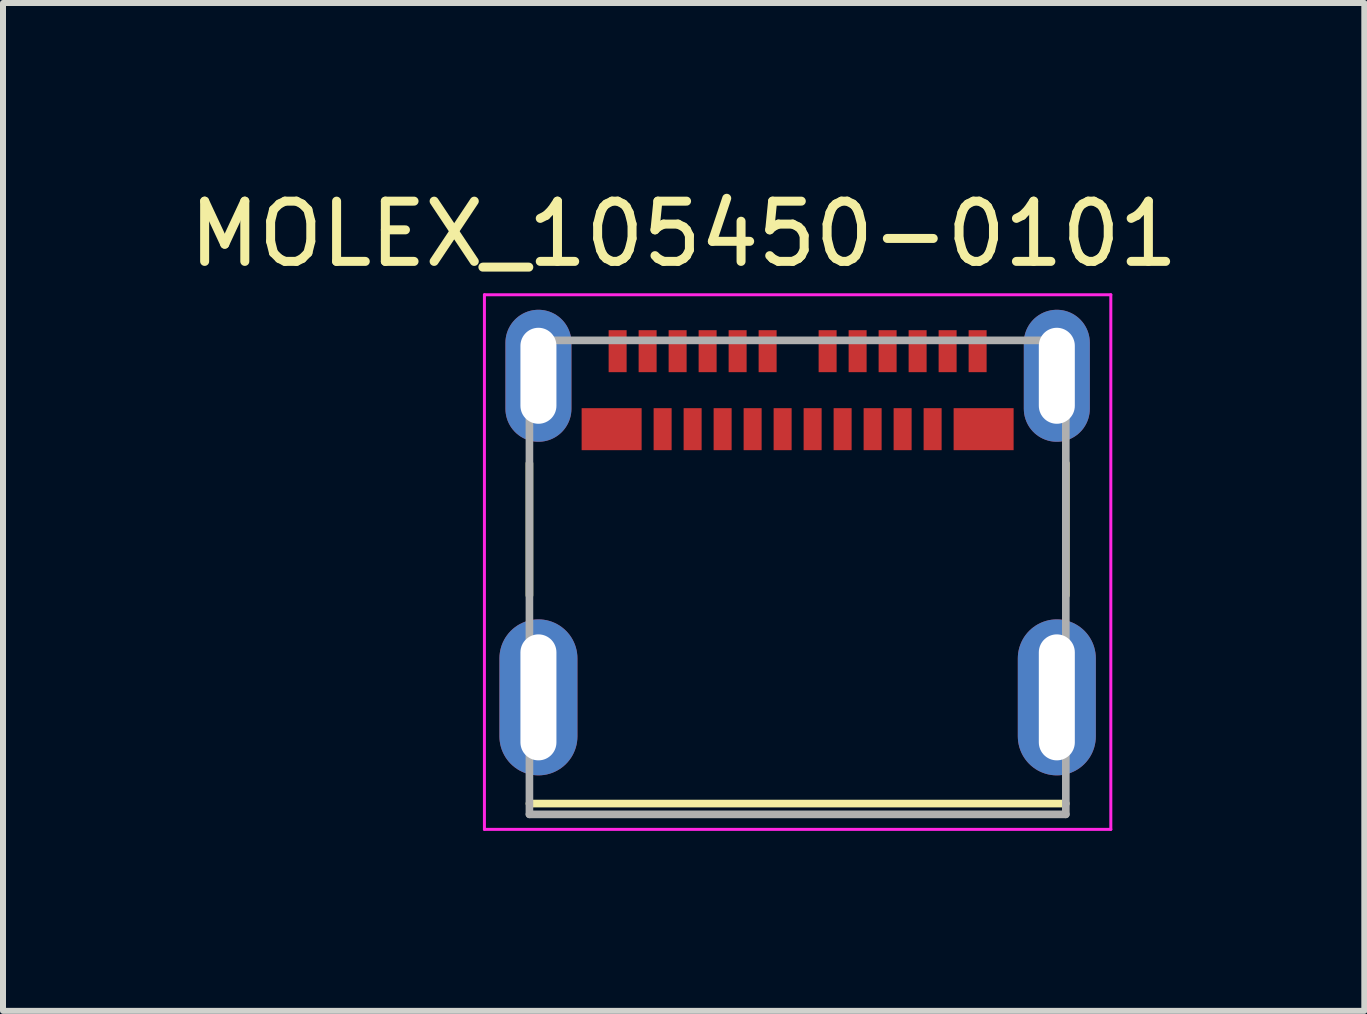
<source format=kicad_pcb>
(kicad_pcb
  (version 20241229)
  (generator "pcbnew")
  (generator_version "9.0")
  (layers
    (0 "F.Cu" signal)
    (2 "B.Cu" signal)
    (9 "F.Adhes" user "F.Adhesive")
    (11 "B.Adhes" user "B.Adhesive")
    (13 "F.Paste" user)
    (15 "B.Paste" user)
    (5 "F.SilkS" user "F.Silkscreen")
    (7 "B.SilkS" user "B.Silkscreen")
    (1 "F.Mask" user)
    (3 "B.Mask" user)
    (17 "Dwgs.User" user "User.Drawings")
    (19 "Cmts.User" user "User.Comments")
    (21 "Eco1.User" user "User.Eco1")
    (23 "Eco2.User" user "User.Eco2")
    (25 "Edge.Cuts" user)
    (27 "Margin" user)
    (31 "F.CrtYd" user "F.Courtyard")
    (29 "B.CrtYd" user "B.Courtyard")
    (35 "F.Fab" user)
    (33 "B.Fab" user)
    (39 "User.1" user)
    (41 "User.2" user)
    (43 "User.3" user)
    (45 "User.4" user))
  (footprint "MOLEX_105450-0101"
    (layer "F.Cu")
    (at 10.244 6.573)
    (property "Reference" "MOLEX_105450-0101" (at -1.899 -5.723 0) (layer "F.SilkS") (effects (font (size 1.004 1.004) (thickness 0.15))))
    (attr smd)
    (fp_line (start -4.47 0.3) (end -4.47 -1.9) (stroke (width 0.127) (type solid)) (layer "F.SilkS"))
    (fp_line (start -4.47 3.77) (end 4.47 3.77) (stroke (width 0.127) (type solid)) (layer "F.SilkS"))
    (fp_line (start 4.47 0.3) (end 4.47 -1.9) (stroke (width 0.127) (type solid)) (layer "F.SilkS"))
    (fp_line (start -5.22 -4.71) (end 5.22 -4.71) (stroke (width 0.05) (type solid)) (layer "F.CrtYd"))
    (fp_line (start -5.22 4.2) (end -5.22 -4.71) (stroke (width 0.05) (type solid)) (layer "F.CrtYd"))
    (fp_line (start 5.22 -4.71) (end 5.22 4.2) (stroke (width 0.05) (type solid)) (layer "F.CrtYd"))
    (fp_line (start 5.22 4.2) (end -5.22 4.2) (stroke (width 0.05) (type solid)) (layer "F.CrtYd"))
    (fp_line (start -4.47 -3.95) (end -4.47 3.95) (stroke (width 0.127) (type solid)) (layer "F.Fab"))
    (fp_line (start -4.47 3.95) (end 4.47 3.95) (stroke (width 0.127) (type solid)) (layer "F.Fab"))
    (fp_line (start 4.47 -3.95) (end -4.47 -3.95) (stroke (width 0.127) (type solid)) (layer "F.Fab"))
    (fp_line (start 4.47 3.95) (end 4.47 -3.95) (stroke (width 0.127) (type solid)) (layer "F.Fab"))
    (pad "A1" smd rect (at -3 -3.77) (size 0.3 0.7) (layers "F.Cu" "F.Mask" "F.Paste"))
    (pad "A2" smd rect (at -2.5 -3.77) (size 0.3 0.7) (layers "F.Cu" "F.Mask" "F.Paste"))
    (pad "A3" smd rect (at -2 -3.77) (size 0.3 0.7) (layers "F.Cu" "F.Mask" "F.Paste"))
    (pad "A4" smd rect (at -1.5 -3.77) (size 0.3 0.7) (layers "F.Cu" "F.Mask" "F.Paste"))
    (pad "A5" smd rect (at -1 -3.77) (size 0.3 0.7) (layers "F.Cu" "F.Mask" "F.Paste"))
    (pad "A6" smd rect (at -0.5 -3.77) (size 0.3 0.7) (layers "F.Cu" "F.Mask" "F.Paste"))
    (pad "A7" smd rect (at 0.5 -3.77) (size 0.3 0.7) (layers "F.Cu" "F.Mask" "F.Paste"))
    (pad "A8" smd rect (at 1 -3.77) (size 0.3 0.7) (layers "F.Cu" "F.Mask" "F.Paste"))
    (pad "A9" smd rect (at 1.5 -3.77) (size 0.3 0.7) (layers "F.Cu" "F.Mask" "F.Paste"))
    (pad "A10" smd rect (at 2 -3.77) (size 0.3 0.7) (layers "F.Cu" "F.Mask" "F.Paste"))
    (pad "A11" smd rect (at 2.5 -3.77) (size 0.3 0.7) (layers "F.Cu" "F.Mask" "F.Paste"))
    (pad "A12" smd rect (at 3 -3.77) (size 0.3 0.7) (layers "F.Cu" "F.Mask" "F.Paste"))
    (pad "B1" smd rect (at 3.1 -2.47) (size 1 0.7) (layers "F.Cu" "F.Mask" "F.Paste"))
    (pad "B2" smd rect (at 2.25 -2.47) (size 0.3 0.7) (layers "F.Cu" "F.Mask" "F.Paste"))
    (pad "B3" smd rect (at 1.75 -2.47) (size 0.3 0.7) (layers "F.Cu" "F.Mask" "F.Paste"))
    (pad "B4" smd rect (at 1.25 -2.47) (size 0.3 0.7) (layers "F.Cu" "F.Mask" "F.Paste"))
    (pad "B5" smd rect (at 0.75 -2.47) (size 0.3 0.7) (layers "F.Cu" "F.Mask" "F.Paste"))
    (pad "B6" smd rect (at 0.25 -2.47) (size 0.3 0.7) (layers "F.Cu" "F.Mask" "F.Paste"))
    (pad "B7" smd rect (at -0.25 -2.47) (size 0.3 0.7) (layers "F.Cu" "F.Mask" "F.Paste"))
    (pad "B8" smd rect (at -0.75 -2.47) (size 0.3 0.7) (layers "F.Cu" "F.Mask" "F.Paste"))
    (pad "B9" smd rect (at -1.25 -2.47) (size 0.3 0.7) (layers "F.Cu" "F.Mask" "F.Paste"))
    (pad "B10" smd rect (at -1.75 -2.47) (size 0.3 0.7) (layers "F.Cu" "F.Mask" "F.Paste"))
    (pad "B11" smd rect (at -2.25 -2.47) (size 0.3 0.7) (layers "F.Cu" "F.Mask" "F.Paste"))
    (pad "B12" smd rect (at -3.1 -2.47) (size 1 0.7) (layers "F.Cu" "F.Mask" "F.Paste"))
    (pad "S1" thru_hole oval (at -4.32 -3.36) (size 1.1 2.2) (drill oval 0.6 1.6) (layers "*.Cu" "*.Mask"))
    (pad "S1" thru_hole oval (at -4.32 2) (size 1.3 2.6) (drill oval 0.6 2.1) (layers "*.Cu" "*.Mask"))
    (pad "S1" thru_hole oval (at 4.32 -3.36) (size 1.1 2.2) (drill oval 0.6 1.6) (layers "*.Cu" "*.Mask"))
    (pad "S1" thru_hole oval (at 4.32 2) (size 1.3 2.6) (drill oval 0.6 2.1) (layers "*.Cu" "*.Mask"))
    (zone (net_name "") (layer "F.Cu") (hatch full 0.508) (connect_pads) (min_thickness 0.01) (filled_areas_thickness no) (keepout (tracks not_allowed) (vias not_allowed) (pads not_allowed) (copperpour not_allowed) (footprints allowed)) (placement (enabled no)) (fill) (polygon (pts (xy 6.743 4.693) (xy 13.744 4.693) (xy 13.744 10.344) (xy 6.743 10.344))))
    (zone (net_name "") (layers "F.Cu" "B.Cu") (hatch full 0.508) (connect_pads) (min_thickness 0.01) (filled_areas_thickness no) (keepout (tracks allowed) (vias not_allowed) (pads allowed) (copperpour allowed) (footprints allowed)) (placement (enabled no)) (fill) (polygon (pts (xy 6.741 4.693) (xy 13.744 4.693) (xy 13.744 10.346) (xy 6.741 10.346)))))
  (gr_rect
    (start -3 -3)
    (end 19.689 13.798)
    (stroke (width 0.1) (type default))
    (fill no)
    (layer "Edge.Cuts")))
</source>
